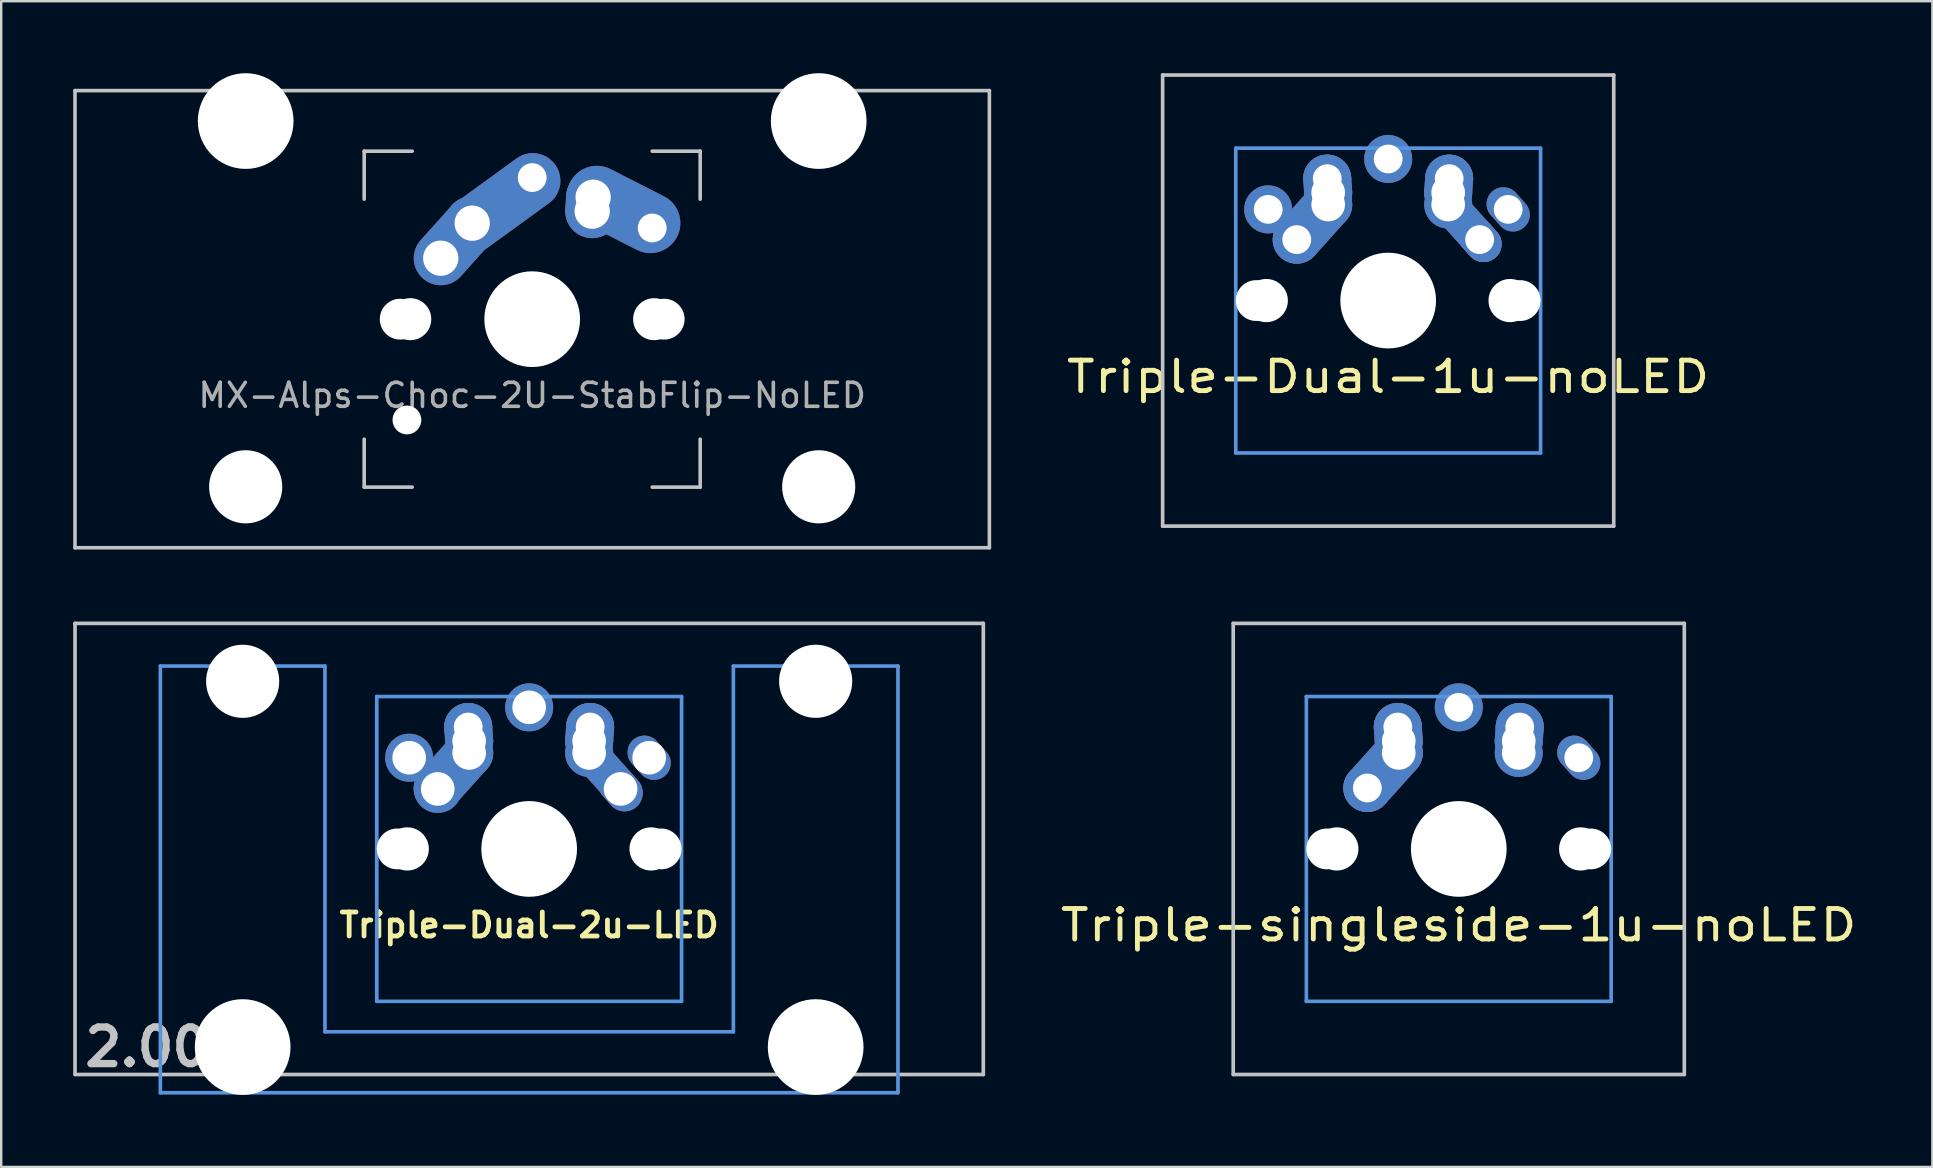
<source format=kicad_pcb>
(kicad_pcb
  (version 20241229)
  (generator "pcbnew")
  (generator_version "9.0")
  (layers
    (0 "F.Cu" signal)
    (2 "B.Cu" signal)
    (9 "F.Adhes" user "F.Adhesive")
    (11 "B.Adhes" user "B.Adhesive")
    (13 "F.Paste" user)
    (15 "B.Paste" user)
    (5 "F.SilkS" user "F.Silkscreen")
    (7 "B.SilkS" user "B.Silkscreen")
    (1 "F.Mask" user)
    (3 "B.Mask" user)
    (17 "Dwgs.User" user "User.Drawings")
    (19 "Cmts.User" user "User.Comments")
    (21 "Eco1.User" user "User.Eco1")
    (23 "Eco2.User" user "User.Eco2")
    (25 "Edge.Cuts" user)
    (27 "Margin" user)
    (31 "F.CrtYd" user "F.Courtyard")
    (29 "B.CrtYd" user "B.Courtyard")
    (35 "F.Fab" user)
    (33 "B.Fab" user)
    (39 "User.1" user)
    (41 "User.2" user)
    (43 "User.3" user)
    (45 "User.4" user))
  (footprint "Triple-Dual-2u-LED"
    (layer "F.Cu")
    (at 18.999 32.323)
    (property "Reference" "Triple-Dual-2u-LED" (at 0 3.175 0) (layer "F.SilkS") (effects (font (size 1 1) (thickness 0.2))))
    (attr through_hole)
    (fp_line (start -18.923 -9.398) (end 18.923 -9.398) (stroke (width 0.152) (type solid)) (layer "Dwgs.User"))
    (fp_line (start -18.923 9.398) (end -18.923 -9.398) (stroke (width 0.152) (type solid)) (layer "Dwgs.User"))
    (fp_line (start 18.923 -9.398) (end 18.923 9.398) (stroke (width 0.152) (type solid)) (layer "Dwgs.User"))
    (fp_line (start 18.923 9.398) (end -18.923 9.398) (stroke (width 0.152) (type solid)) (layer "Dwgs.User"))
    (fp_line (start -15.367 -7.62) (end -15.367 10.16) (stroke (width 0.152) (type solid)) (layer "Cmts.User"))
    (fp_line (start -15.367 10.16) (end 15.367 10.16) (stroke (width 0.152) (type solid)) (layer "Cmts.User"))
    (fp_line (start -8.509 -7.62) (end -15.367 -7.62) (stroke (width 0.152) (type solid)) (layer "Cmts.User"))
    (fp_line (start -8.509 7.62) (end -8.509 -7.62) (stroke (width 0.152) (type solid)) (layer "Cmts.User"))
    (fp_line (start -6.35 -6.35) (end 6.35 -6.35) (stroke (width 0.152) (type solid)) (layer "Cmts.User"))
    (fp_line (start -6.35 6.35) (end -6.35 -6.35) (stroke (width 0.152) (type solid)) (layer "Cmts.User"))
    (fp_line (start 6.35 -6.35) (end 6.35 6.35) (stroke (width 0.152) (type solid)) (layer "Cmts.User"))
    (fp_line (start 6.35 6.35) (end -6.35 6.35) (stroke (width 0.152) (type solid)) (layer "Cmts.User"))
    (fp_line (start 8.509 -7.62) (end 8.509 7.62) (stroke (width 0.152) (type solid)) (layer "Cmts.User"))
    (fp_line (start 8.509 7.62) (end -8.509 7.62) (stroke (width 0.152) (type solid)) (layer "Cmts.User"))
    (fp_line (start 15.367 -7.62) (end 8.509 -7.62) (stroke (width 0.152) (type solid)) (layer "Cmts.User"))
    (fp_line (start 15.367 10.16) (end 15.367 -7.62) (stroke (width 0.152) (type solid)) (layer "Cmts.User"))
    (fp_line (start -16.129 -2.286) (end -15.265 -2.286) (stroke (width 0.152) (type solid)) (layer "Eco2.User"))
    (fp_line (start -16.129 0.508) (end -16.129 -2.286) (stroke (width 0.152) (type solid)) (layer "Eco2.User"))
    (fp_line (start -15.265 -5.69) (end -8.611 -5.69) (stroke (width 0.152) (type solid)) (layer "Eco2.User"))
    (fp_line (start -15.265 -2.286) (end -15.265 -5.69) (stroke (width 0.152) (type solid)) (layer "Eco2.User"))
    (fp_line (start -15.265 0.508) (end -16.129 0.508) (stroke (width 0.152) (type solid)) (layer "Eco2.User"))
    (fp_line (start -15.265 6.604) (end -15.265 0.508) (stroke (width 0.152) (type solid)) (layer "Eco2.User"))
    (fp_line (start -14.224 6.604) (end -15.265 6.604) (stroke (width 0.152) (type solid)) (layer "Eco2.User"))
    (fp_line (start -14.224 7.772) (end -14.224 6.604) (stroke (width 0.152) (type solid)) (layer "Eco2.User"))
    (fp_line (start -9.652 6.604) (end -9.652 7.772) (stroke (width 0.152) (type solid)) (layer "Eco2.User"))
    (fp_line (start -9.652 7.772) (end -14.224 7.772) (stroke (width 0.152) (type solid)) (layer "Eco2.User"))
    (fp_line (start -8.611 -5.69) (end -8.611 -4.877) (stroke (width 0.152) (type solid)) (layer "Eco2.User"))
    (fp_line (start -8.611 -4.877) (end -6.985 -4.877) (stroke (width 0.152) (type solid)) (layer "Eco2.User"))
    (fp_line (start -8.611 5.817) (end -8.611 6.604) (stroke (width 0.152) (type solid)) (layer "Eco2.User"))
    (fp_line (start -8.611 6.604) (end -9.652 6.604) (stroke (width 0.152) (type solid)) (layer "Eco2.User"))
    (fp_line (start -6.985 -6.985) (end 6.985 -6.985) (stroke (width 0.152) (type solid)) (layer "Eco2.User"))
    (fp_line (start -6.985 -4.877) (end -6.985 -6.985) (stroke (width 0.152) (type solid)) (layer "Eco2.User"))
    (fp_line (start -6.985 5.817) (end -8.611 5.817) (stroke (width 0.152) (type solid)) (layer "Eco2.User"))
    (fp_line (start -6.985 6.985) (end -6.985 5.817) (stroke (width 0.152) (type solid)) (layer "Eco2.User"))
    (fp_line (start 6.985 -6.985) (end 6.985 -4.877) (stroke (width 0.152) (type solid)) (layer "Eco2.User"))
    (fp_line (start 6.985 -4.877) (end 8.611 -4.877) (stroke (width 0.152) (type solid)) (layer "Eco2.User"))
    (fp_line (start 6.985 5.817) (end 6.985 6.985) (stroke (width 0.152) (type solid)) (layer "Eco2.User"))
    (fp_line (start 6.985 6.985) (end -6.985 6.985) (stroke (width 0.152) (type solid)) (layer "Eco2.User"))
    (fp_line (start 8.611 -5.69) (end 15.265 -5.69) (stroke (width 0.152) (type solid)) (layer "Eco2.User"))
    (fp_line (start 8.611 -4.877) (end 8.611 -5.69) (stroke (width 0.152) (type solid)) (layer "Eco2.User"))
    (fp_line (start 8.611 5.817) (end 6.985 5.817) (stroke (width 0.152) (type solid)) (layer "Eco2.User"))
    (fp_line (start 8.611 6.604) (end 8.611 5.817) (stroke (width 0.152) (type solid)) (layer "Eco2.User"))
    (fp_line (start 9.652 6.604) (end 8.611 6.604) (stroke (width 0.152) (type solid)) (layer "Eco2.User"))
    (fp_line (start 9.652 7.772) (end 9.652 6.604) (stroke (width 0.152) (type solid)) (layer "Eco2.User"))
    (fp_line (start 14.224 6.604) (end 14.224 7.772) (stroke (width 0.152) (type solid)) (layer "Eco2.User"))
    (fp_line (start 14.224 7.772) (end 9.652 7.772) (stroke (width 0.152) (type solid)) (layer "Eco2.User"))
    (fp_line (start 15.265 -5.69) (end 15.265 -2.286) (stroke (width 0.152) (type solid)) (layer "Eco2.User"))
    (fp_line (start 15.265 -2.286) (end 16.129 -2.286) (stroke (width 0.152) (type solid)) (layer "Eco2.User"))
    (fp_line (start 15.265 0.508) (end 15.265 6.604) (stroke (width 0.152) (type solid)) (layer "Eco2.User"))
    (fp_line (start 15.265 6.604) (end 14.224 6.604) (stroke (width 0.152) (type solid)) (layer "Eco2.User"))
    (fp_line (start 16.129 -2.286) (end 16.129 0.508) (stroke (width 0.152) (type solid)) (layer "Eco2.User"))
    (fp_line (start 16.129 0.508) (end 15.265 0.508) (stroke (width 0.152) (type solid)) (layer "Eco2.User"))
    (fp_text user "2.00u" (at -15.24 8.255 0) (layer "Dwgs.User") (effects (font (size 1.524 1.524) (thickness 0.305))))
    (pad "" np_thru_hole circle (at -11.938 -6.985) (size 3.048 3.048) (drill 3.048) (layers "*.Cu"))
    (pad "" np_thru_hole circle (at -11.938 8.255) (size 3.988 3.988) (drill 3.988) (layers "*.Cu"))
    (pad "" np_thru_hole circle (at -5.5 0) (size 1.7 1.7) (drill 1.7) (layers "*.Cu"))
    (pad "" np_thru_hole circle (at -5.08 0) (size 1.8 1.8) (drill 1.8) (layers "*.Cu"))
    (pad "" np_thru_hole circle (at 0 0) (size 3.988 3.988) (drill 3.988) (layers "*.Cu"))
    (pad "" np_thru_hole circle (at 5.08 0) (size 1.8 1.8) (drill 1.8) (layers "*.Cu"))
    (pad "" np_thru_hole circle (at 5.5 0) (size 1.7 1.7) (drill 1.7) (layers "*.Cu"))
    (pad "" np_thru_hole circle (at 11.938 -6.985) (size 3.048 3.048) (drill 3.048) (layers "*.Cu"))
    (pad "" np_thru_hole circle (at 11.938 8.255) (size 3.988 3.988) (drill 3.988) (layers "*.Cu"))
    (pad "1" thru_hole circle (at -5 -3.8) (size 2 2) (drill 1.4) (layers "*.Cu" "*.Mask"))
    (pad "1" thru_hole circle (at -3.81 -2.5 3.9) (size 2 2) (drill 1.4) (layers "*.Cu" "*.Mask"))
    (pad "1" smd oval (at -3.155 -3.27 138.1) (size 2 3.962) (layers "F.Cu" "F.Mask" "F.Paste"))
    (pad "1" smd oval (at -3.155 -3.27 138.1) (size 2 3.962) (layers "B.Cu" "B.Mask" "B.Paste"))
    (pad "1" thru_hole circle (at -2.54 -5.08) (size 2 2) (drill 1.2) (layers "*.Cu" "*.Mask"))
    (pad "1" smd oval (at -2.52 -4.79 3.9) (size 2 2.58) (layers "F.Cu" "F.Mask" "F.Paste"))
    (pad "1" smd oval (at -2.52 -4.79 3.9) (size 2 2.58) (layers "B.Cu" "B.Mask" "B.Paste"))
    (pad "1" thru_hole circle (at -2.5 -4.5) (size 2 2) (drill 1.4) (layers "*.Cu" "*.Mask"))
    (pad "1" thru_hole circle (at -2.5 -4) (size 2 2) (drill 1.4) (layers "*.Cu" "*.Mask"))
    (pad "1" thru_hole oval (at 5 -3.8 221.9) (size 1.4 2) (drill 1.4) (layers "*.Cu" "*.Mask"))
    (pad "2" thru_hole circle (at 0 -5.9) (size 2 2) (drill 1.4) (layers "*.Cu" "*.Mask"))
    (pad "2" thru_hole circle (at 2.5 -4.5 3.9) (size 2 2) (drill 1.4) (layers "*.Cu" "*.Mask"))
    (pad "2" thru_hole circle (at 2.5 -4 3.9) (size 2 2) (drill 1.4) (layers "*.Cu" "*.Mask"))
    (pad "2" smd oval (at 2.52 -4.79 356.1) (size 2 2.581) (layers "F.Cu" "F.Mask" "F.Paste"))
    (pad "2" smd oval (at 2.52 -4.79 356.1) (size 2 2.581) (layers "B.Cu" "B.Mask" "B.Paste"))
    (pad "2" thru_hole circle (at 2.54 -5.08 3.9) (size 2 2) (drill 1.2) (layers "*.Cu" "*.Mask"))
    (pad "2" smd oval (at 3.155 -3.27 221.9) (size 1.5 3.962) (layers "F.Cu" "F.Mask" "F.Paste"))
    (pad "2" smd oval (at 3.155 -3.27 221.9) (size 1.5 3.962) (layers "B.Cu" "B.Mask" "B.Paste"))
    (pad "2" thru_hole oval (at 3.81 -2.5 221.9) (size 1.5 2) (drill 1.4) (layers "*.Cu" "*.Mask")))
  (footprint "Triple-singleside-1u-noLED"
    (layer "F.Cu")
    (at 57.733 32.323)
    (property "Reference" "Triple-singleside-1u-noLED" (at 0 3.175 0) (layer "F.SilkS") (effects (font (size 1.27 1.524) (thickness 0.203))))
    (attr through_hole)
    (fp_line (start -9.398 -9.398) (end 9.398 -9.398) (stroke (width 0.152) (type solid)) (layer "Dwgs.User"))
    (fp_line (start -9.398 9.398) (end -9.398 -9.398) (stroke (width 0.152) (type solid)) (layer "Dwgs.User"))
    (fp_line (start 9.398 -9.398) (end 9.398 9.398) (stroke (width 0.152) (type solid)) (layer "Dwgs.User"))
    (fp_line (start 9.398 9.398) (end -9.398 9.398) (stroke (width 0.152) (type solid)) (layer "Dwgs.User"))
    (fp_line (start -6.35 -6.35) (end 6.35 -6.35) (stroke (width 0.152) (type solid)) (layer "Cmts.User"))
    (fp_line (start -6.35 6.35) (end -6.35 -6.35) (stroke (width 0.152) (type solid)) (layer "Cmts.User"))
    (fp_line (start 6.35 -6.35) (end 6.35 6.35) (stroke (width 0.152) (type solid)) (layer "Cmts.User"))
    (fp_line (start 6.35 6.35) (end -6.35 6.35) (stroke (width 0.152) (type solid)) (layer "Cmts.User"))
    (fp_line (start -6.985 -6.985) (end 6.985 -6.985) (stroke (width 0.152) (type solid)) (layer "Eco2.User"))
    (fp_line (start -6.985 6.985) (end -6.985 -6.985) (stroke (width 0.152) (type solid)) (layer "Eco2.User"))
    (fp_line (start 6.985 -6.985) (end 6.985 6.985) (stroke (width 0.152) (type solid)) (layer "Eco2.User"))
    (fp_line (start 6.985 6.985) (end -6.985 6.985) (stroke (width 0.152) (type solid)) (layer "Eco2.User"))
    (pad "" np_thru_hole circle (at -5.5 0) (size 1.7 1.7) (drill 1.7) (layers "*.Cu"))
    (pad "" np_thru_hole circle (at -5.08 0) (size 1.8 1.8) (drill 1.8) (layers "*.Cu"))
    (pad "" np_thru_hole circle (at 0 0) (size 3.988 3.988) (drill 3.988) (layers "*.Cu"))
    (pad "" np_thru_hole circle (at 5.08 0) (size 1.8 1.8) (drill 1.8) (layers "*.Cu"))
    (pad "" np_thru_hole circle (at 5.5 0) (size 1.7 1.7) (drill 1.7) (layers "*.Cu"))
    (pad "1" thru_hole circle (at -3.81 -2.54) (size 2 2) (drill oval 1.2) (layers "*.Cu" "*.Mask"))
    (pad "1" smd oval (at -3.155 -3.27 138.1) (size 2 3.962) (layers "F.Cu" "F.Mask" "F.Paste"))
    (pad "1" smd oval (at -3.155 -3.27 138.1) (size 2 3.962) (layers "B.Cu" "B.Mask" "B.Paste"))
    (pad "1" thru_hole circle (at -2.54 -5.08 330.95) (size 2 2) (drill 1.2) (layers "*.Cu" "*.Mask"))
    (pad "1" smd oval (at -2.52 -4.79 3.945) (size 2 2.581) (layers "F.Cu" "F.Mask" "F.Paste"))
    (pad "1" smd oval (at -2.52 -4.79 3.945) (size 2 2.581) (layers "B.Cu" "B.Mask" "B.Paste"))
    (pad "1" thru_hole circle (at -2.5 -4.5 330.95) (size 2 2) (drill 1.4) (layers "*.Cu" "*.Mask"))
    (pad "1" thru_hole circle (at -2.5 -4 330.95) (size 2 2) (drill 1.4) (layers "*.Cu" "*.Mask"))
    (pad "1" thru_hole oval (at 5 -3.8 221.9) (size 1.4 2) (drill 1.2) (layers "*.Cu" "*.Mask"))
    (pad "2" thru_hole circle (at 0 -5.9) (size 2 2) (drill 1.2) (layers "*.Cu" "*.Mask"))
    (pad "2" thru_hole circle (at 2.5 -4.5 330.95) (size 2 2) (drill 1.4) (layers "*.Cu" "*.Mask"))
    (pad "2" thru_hole circle (at 2.5 -4) (size 2 2) (drill 1.4) (layers "*.Cu" "*.Mask"))
    (pad "2" smd oval (at 2.52 -4.79 356.055) (size 2 2.581) (layers "F.Cu" "F.Mask" "F.Paste"))
    (pad "2" smd oval (at 2.52 -4.79 356.055) (size 2 2.581) (layers "B.Cu" "B.Mask" "B.Paste"))
    (pad "2" thru_hole circle (at 2.54 -5.08 330.95) (size 2 2) (drill 1.2) (layers "*.Cu" "*.Mask")))
  (footprint "Triple-Dual-1u-noLED"
    (layer "F.Cu")
    (at 54.792 9.474)
    (property "Reference" "Triple-Dual-1u-noLED" (at 0 3.175 0) (layer "F.SilkS") (effects (font (size 1.27 1.524) (thickness 0.203))))
    (attr through_hole)
    (fp_line (start -9.398 -9.398) (end 9.398 -9.398) (stroke (width 0.152) (type solid)) (layer "Dwgs.User"))
    (fp_line (start -9.398 9.398) (end -9.398 -9.398) (stroke (width 0.152) (type solid)) (layer "Dwgs.User"))
    (fp_line (start 9.398 -9.398) (end 9.398 9.398) (stroke (width 0.152) (type solid)) (layer "Dwgs.User"))
    (fp_line (start 9.398 9.398) (end -9.398 9.398) (stroke (width 0.152) (type solid)) (layer "Dwgs.User"))
    (fp_line (start -6.35 -6.35) (end 6.35 -6.35) (stroke (width 0.152) (type solid)) (layer "Cmts.User"))
    (fp_line (start -6.35 6.35) (end -6.35 -6.35) (stroke (width 0.152) (type solid)) (layer "Cmts.User"))
    (fp_line (start 6.35 -6.35) (end 6.35 6.35) (stroke (width 0.152) (type solid)) (layer "Cmts.User"))
    (fp_line (start 6.35 6.35) (end -6.35 6.35) (stroke (width 0.152) (type solid)) (layer "Cmts.User"))
    (fp_line (start -6.985 -6.985) (end 6.985 -6.985) (stroke (width 0.152) (type solid)) (layer "Eco2.User"))
    (fp_line (start -6.985 6.985) (end -6.985 -6.985) (stroke (width 0.152) (type solid)) (layer "Eco2.User"))
    (fp_line (start 6.985 -6.985) (end 6.985 6.985) (stroke (width 0.152) (type solid)) (layer "Eco2.User"))
    (fp_line (start 6.985 6.985) (end -6.985 6.985) (stroke (width 0.152) (type solid)) (layer "Eco2.User"))
    (pad "" np_thru_hole circle (at -5.5 0) (size 1.7 1.7) (drill 1.7) (layers "*.Cu"))
    (pad "" np_thru_hole circle (at -5.08 0) (size 1.8 1.8) (drill 1.8) (layers "*.Cu"))
    (pad "" np_thru_hole circle (at 0 0) (size 3.988 3.988) (drill 3.988) (layers "*.Cu"))
    (pad "" np_thru_hole circle (at 5.08 0) (size 1.8 1.8) (drill 1.8) (layers "*.Cu"))
    (pad "" np_thru_hole circle (at 5.5 0) (size 1.7 1.7) (drill 1.7) (layers "*.Cu"))
    (pad "1" thru_hole circle (at -5 -3.8 138.1) (size 2 2) (drill 1.2) (layers "*.Cu" "*.Mask"))
    (pad "1" thru_hole circle (at -3.81 -2.54) (size 2 2) (drill oval 1.2) (layers "*.Cu" "*.Mask"))
    (pad "1" smd oval (at -3.155 -3.27 138.1) (size 2 3.962) (layers "F.Cu" "F.Mask" "F.Paste"))
    (pad "1" smd oval (at -3.155 -3.27 138.1) (size 2 3.962) (layers "B.Cu" "B.Mask" "B.Paste"))
    (pad "1" thru_hole circle (at -2.54 -5.08 330.95) (size 2 2) (drill 1.2) (layers "*.Cu" "*.Mask"))
    (pad "1" smd oval (at -2.52 -4.79 3.945) (size 2 2.581) (layers "F.Cu" "F.Mask" "F.Paste"))
    (pad "1" smd oval (at -2.52 -4.79 3.945) (size 2 2.581) (layers "B.Cu" "B.Mask" "B.Paste"))
    (pad "1" thru_hole circle (at -2.5 -4.5 330.95) (size 2 2) (drill 1.4) (layers "*.Cu" "*.Mask"))
    (pad "1" thru_hole circle (at -2.5 -4 330.95) (size 2 2) (drill 1.4) (layers "*.Cu" "*.Mask"))
    (pad "1" thru_hole oval (at 5 -3.8 221.9) (size 1.4 2) (drill 1.2) (layers "*.Cu" "*.Mask"))
    (pad "2" thru_hole circle (at 0 -5.9) (size 2 2) (drill 1.2) (layers "*.Cu" "*.Mask"))
    (pad "2" thru_hole circle (at 2.5 -4.5 330.95) (size 2 2) (drill 1.4) (layers "*.Cu" "*.Mask"))
    (pad "2" thru_hole circle (at 2.5 -4) (size 2 2) (drill 1.4) (layers "*.Cu" "*.Mask"))
    (pad "2" smd oval (at 2.52 -4.79 356.055) (size 2 2.581) (layers "F.Cu" "F.Mask" "F.Paste"))
    (pad "2" smd oval (at 2.52 -4.79 356.055) (size 2 2.581) (layers "B.Cu" "B.Mask" "B.Paste"))
    (pad "2" thru_hole circle (at 2.54 -5.08 330.95) (size 2 2) (drill 1.2) (layers "*.Cu" "*.Mask"))
    (pad "2" smd oval (at 3.155 -3.27 221.9) (size 1.5 3.962) (layers "F.Cu" "F.Mask" "F.Paste"))
    (pad "2" smd oval (at 3.155 -3.27 221.9) (size 1.5 3.962) (layers "B.Cu" "B.Mask" "B.Paste"))
    (pad "2" thru_hole oval (at 3.81 -2.54 311.9) (size 2 1.5) (drill 1.2) (layers "*.Cu" "*.Mask")))
  (footprint "MX-Alps-Choc-2U-StabFlip-NoLED"
    (layer "F.Cu")
    (at 19.125 10.249)
    (property "Reference" "MX-Alps-Choc-2U-StabFlip-NoLED" (at 0 3.175 0) (layer "F.Fab") (effects (font (size 1 1) (thickness 0.15))))
    (attr through_hole)
    (fp_line (start -19.05 -9.525) (end 19.05 -9.525) (stroke (width 0.15) (type solid)) (layer "Dwgs.User"))
    (fp_line (start -19.05 9.525) (end -19.05 -9.525) (stroke (width 0.15) (type solid)) (layer "Dwgs.User"))
    (fp_line (start -7 -7) (end -7 -5) (stroke (width 0.15) (type solid)) (layer "Dwgs.User"))
    (fp_line (start -7 5) (end -7 7) (stroke (width 0.15) (type solid)) (layer "Dwgs.User"))
    (fp_line (start -7 7) (end -5 7) (stroke (width 0.15) (type solid)) (layer "Dwgs.User"))
    (fp_line (start -5 -7) (end -7 -7) (stroke (width 0.15) (type solid)) (layer "Dwgs.User"))
    (fp_line (start 5 -7) (end 7 -7) (stroke (width 0.15) (type solid)) (layer "Dwgs.User"))
    (fp_line (start 5 7) (end 7 7) (stroke (width 0.15) (type solid)) (layer "Dwgs.User"))
    (fp_line (start 7 -7) (end 7 -5) (stroke (width 0.15) (type solid)) (layer "Dwgs.User"))
    (fp_line (start 7 7) (end 7 5) (stroke (width 0.15) (type solid)) (layer "Dwgs.User"))
    (fp_line (start 19.05 -9.525) (end 19.05 9.525) (stroke (width 0.15) (type solid)) (layer "Dwgs.User"))
    (fp_line (start 19.05 9.525) (end -19.05 9.525) (stroke (width 0.15) (type solid)) (layer "Dwgs.User"))
    (pad "" np_thru_hole circle (at -11.938 -8.255) (size 3.988 3.988) (drill 3.988) (layers "*.Cu" "*.Mask"))
    (pad "" np_thru_hole circle (at -11.938 6.985) (size 3.048 3.048) (drill 3.048) (layers "*.Cu" "*.Mask"))
    (pad "" np_thru_hole circle (at -5.5 0 48.1) (size 1.7 1.7) (drill 1.7) (layers "*.Cu" "*.Mask"))
    (pad "" np_thru_hole circle (at -5.22 4.2 48.1) (size 1.2 1.2) (drill 1.2) (layers "*.Cu" "*.Mask"))
    (pad "" np_thru_hole circle (at -5.08 0 48.1) (size 1.75 1.75) (drill 1.75) (layers "*.Cu" "*.Mask"))
    (pad "" np_thru_hole circle (at 0 0) (size 3.988 3.988) (drill 3.988) (layers "*.Cu" "*.Mask"))
    (pad "" np_thru_hole circle (at 5.08 0 48.1) (size 1.75 1.75) (drill 1.75) (layers "*.Cu" "*.Mask"))
    (pad "" np_thru_hole circle (at 5.5 0 48.1) (size 1.7 1.7) (drill 1.7) (layers "*.Cu" "*.Mask"))
    (pad "" np_thru_hole circle (at 11.938 -8.255) (size 3.988 3.988) (drill 3.988) (layers "*.Cu" "*.Mask"))
    (pad "" np_thru_hole circle (at 11.938 6.985) (size 3.048 3.048) (drill 3.048) (layers "*.Cu" "*.Mask"))
    (pad "1" thru_hole oval (at 2.5 -4.5 86.1) (size 2.831 2.25) (drill 1.47 (offset 0.291 0)) (layers "*.Cu" "*.Mask"))
    (pad "1" thru_hole circle (at 2.54 -5.08) (size 2.25 2.25) (drill 1.47) (layers "*.Cu" "*.Mask"))
    (pad "1" connect oval (at 3.81 -4.572 333) (size 5 2.5) (layers "*.Mask" "F.Cu"))
    (pad "1" connect oval (at 3.81 -4.572 333) (size 5 2.5) (layers "*.Mask" "B.Cu"))
    (pad "1" thru_hole circle (at 5 -3.8) (size 2 2) (drill 1.2) (layers "*.Cu" "*.Mask"))
    (pad "2" thru_hole oval (at -3.81 -2.54 48.1) (size 4.212 2.25) (drill 1.47 (offset 0.981 0)) (layers "*.Cu" "*.Mask"))
    (pad "2" thru_hole circle (at -2.5 -4) (size 2.25 2.25) (drill 1.47) (layers "*.Cu" "*.Mask"))
    (pad "2" connect oval (at -1.27 -4.826 36) (size 5.5 2.3) (layers "*.Mask" "F.Cu"))
    (pad "2" connect oval (at -1.27 -4.826 36) (size 5.5 2.3) (layers "*.Mask" "B.Cu"))
    (pad "2" thru_hole circle (at 0 -5.9) (size 2 2) (drill 1.2) (layers "*.Cu" "*.Mask")))
  (gr_rect
    (start -3 -3)
    (end 77.468 45.572)
    (stroke (width 0.1) (type default))
    (fill no)
    (layer "Edge.Cuts")))
</source>
